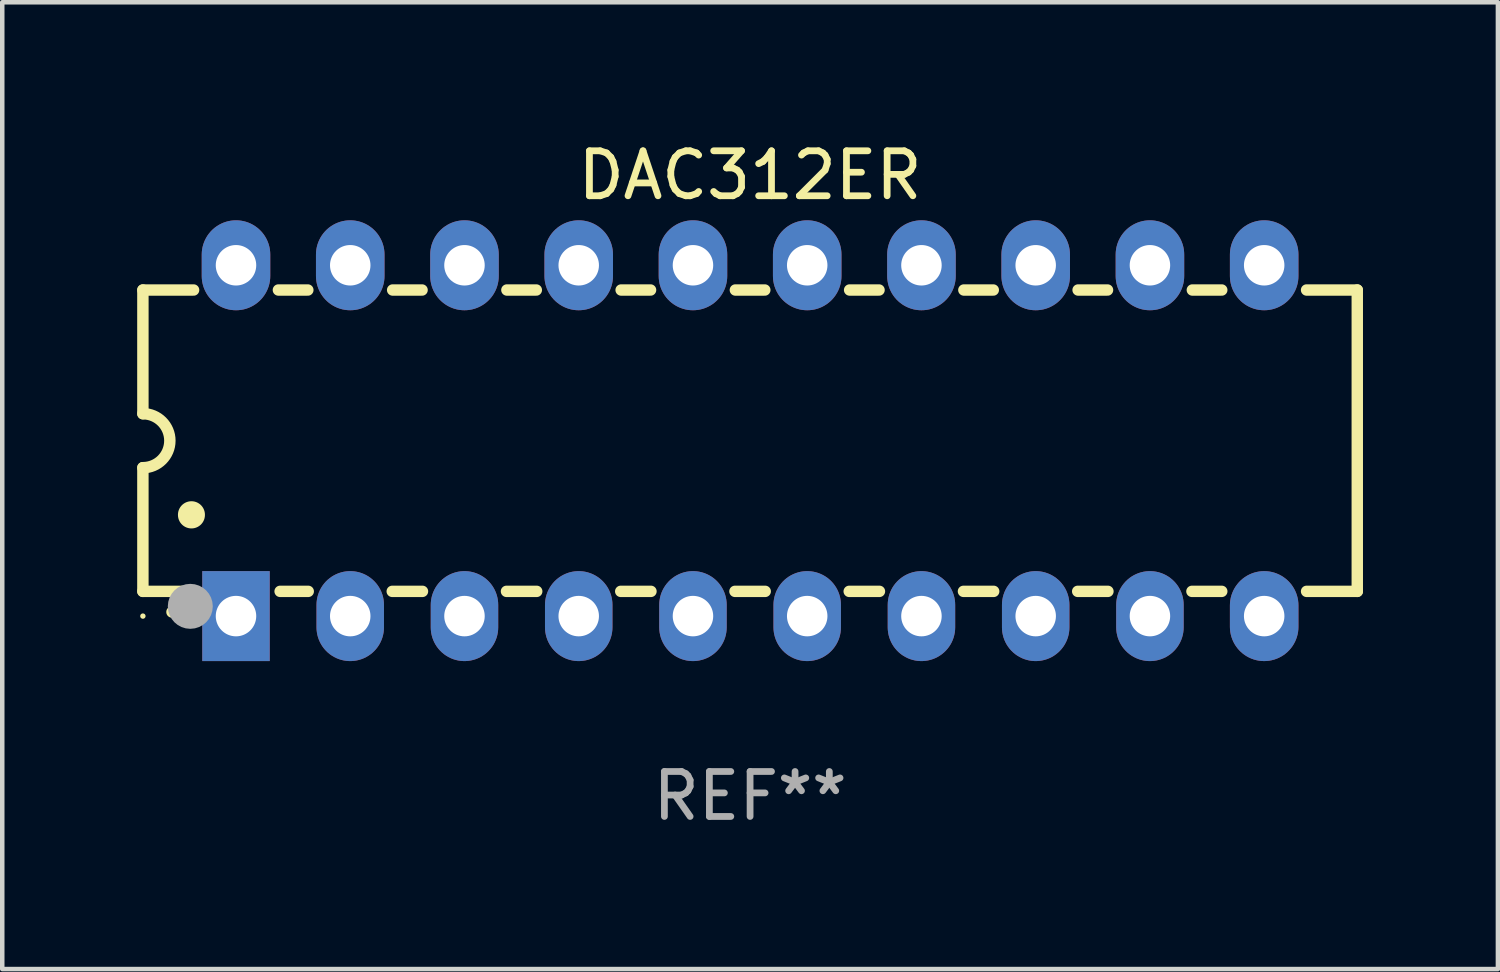
<source format=kicad_pcb>
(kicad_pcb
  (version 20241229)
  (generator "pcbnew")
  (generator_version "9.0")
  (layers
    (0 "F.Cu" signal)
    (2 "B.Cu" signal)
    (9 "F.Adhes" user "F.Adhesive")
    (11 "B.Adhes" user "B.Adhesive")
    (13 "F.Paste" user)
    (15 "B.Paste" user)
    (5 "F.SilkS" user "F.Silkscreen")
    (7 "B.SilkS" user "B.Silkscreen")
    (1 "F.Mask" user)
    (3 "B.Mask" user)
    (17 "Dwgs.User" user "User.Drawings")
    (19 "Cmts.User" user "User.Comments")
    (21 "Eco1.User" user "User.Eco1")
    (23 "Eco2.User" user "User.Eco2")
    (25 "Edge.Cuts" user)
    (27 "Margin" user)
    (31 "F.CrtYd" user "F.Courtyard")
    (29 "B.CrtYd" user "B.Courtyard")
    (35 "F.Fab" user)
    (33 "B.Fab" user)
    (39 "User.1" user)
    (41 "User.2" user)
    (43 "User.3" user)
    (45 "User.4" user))
  (footprint "DAC312ER"
    (layer "F.Cu")
    (at 13.627 6.748)
    (property "Reference" "DAC312ER" (at 0 -5.9 0) (layer "F.SilkS") (effects (font (size 1 1) (thickness 0.15))))
    (attr through_hole)
    (fp_line (start -13.5 -3.35) (end -12.373 -3.35) (stroke (width 0.254) (type solid)) (layer "F.SilkS"))
    (fp_line (start -13.5 -0.6) (end -13.5 -3.35) (stroke (width 0.254) (type solid)) (layer "F.SilkS"))
    (fp_line (start -13.5 3.35) (end -13.5 0.6) (stroke (width 0.254) (type solid)) (layer "F.SilkS"))
    (fp_line (start -13.5 3.35) (end -12.411 3.35) (stroke (width 0.254) (type solid)) (layer "F.SilkS"))
    (fp_line (start -10.487 -3.35) (end -9.833 -3.35) (stroke (width 0.254) (type solid)) (layer "F.SilkS"))
    (fp_line (start -10.449 3.35) (end -9.824 3.35) (stroke (width 0.254) (type solid)) (layer "F.SilkS"))
    (fp_line (start -7.956 3.35) (end -7.284 3.35) (stroke (width 0.254) (type solid)) (layer "F.SilkS"))
    (fp_line (start -7.947 -3.35) (end -7.293 -3.35) (stroke (width 0.254) (type solid)) (layer "F.SilkS"))
    (fp_line (start -5.416 3.35) (end -4.744 3.35) (stroke (width 0.254) (type solid)) (layer "F.SilkS"))
    (fp_line (start -5.407 -3.35) (end -4.753 -3.35) (stroke (width 0.254) (type solid)) (layer "F.SilkS"))
    (fp_line (start -2.876 3.35) (end -2.204 3.35) (stroke (width 0.254) (type solid)) (layer "F.SilkS"))
    (fp_line (start -2.867 -3.35) (end -2.213 -3.35) (stroke (width 0.254) (type solid)) (layer "F.SilkS"))
    (fp_line (start -0.336 3.35) (end 0.336 3.35) (stroke (width 0.254) (type solid)) (layer "F.SilkS"))
    (fp_line (start -0.327 -3.35) (end 0.327 -3.35) (stroke (width 0.254) (type solid)) (layer "F.SilkS"))
    (fp_line (start 2.204 3.35) (end 2.876 3.35) (stroke (width 0.254) (type solid)) (layer "F.SilkS"))
    (fp_line (start 2.213 -3.35) (end 2.867 -3.35) (stroke (width 0.254) (type solid)) (layer "F.SilkS"))
    (fp_line (start 4.744 3.35) (end 5.416 3.35) (stroke (width 0.254) (type solid)) (layer "F.SilkS"))
    (fp_line (start 4.753 -3.35) (end 5.407 -3.35) (stroke (width 0.254) (type solid)) (layer "F.SilkS"))
    (fp_line (start 7.284 3.35) (end 7.956 3.35) (stroke (width 0.254) (type solid)) (layer "F.SilkS"))
    (fp_line (start 7.293 -3.35) (end 7.947 -3.35) (stroke (width 0.254) (type solid)) (layer "F.SilkS"))
    (fp_line (start 9.824 3.35) (end 10.487 3.35) (stroke (width 0.254) (type solid)) (layer "F.SilkS"))
    (fp_line (start 9.833 -3.35) (end 10.487 -3.35) (stroke (width 0.254) (type solid)) (layer "F.SilkS"))
    (fp_line (start 12.373 -3.35) (end 13.5 -3.35) (stroke (width 0.254) (type solid)) (layer "F.SilkS"))
    (fp_line (start 12.373 3.35) (end 13.5 3.35) (stroke (width 0.254) (type solid)) (layer "F.SilkS"))
    (fp_line (start 13.5 -3.35) (end 13.5 3.35) (stroke (width 0.254) (type solid)) (layer "F.SilkS"))
    (fp_arc (start -13.500127 -0.599442) (mid -12.900406 0.000228) (end -13.500025 0.6) (stroke (width 0.254001) (type solid)) (layer "F.SilkS"))
    (fp_arc (start -12.854966 3.810008) (mid -12.854973 3.808738) (end -12.854966 3.807468) (stroke (width 0.25) (type solid)) (layer "F.SilkS"))
    (fp_arc (start -12.420625 1.651003) (mid -12.420636 1.648463) (end -12.420625 1.645923) (stroke (width 0.6) (type solid)) (layer "F.SilkS"))
    (fp_circle (center -13.5 3.9) (end -13.47 3.9) (stroke (width 0.06) (type solid)) (fill no) (layer "F.SilkS"))
    (fp_circle (center -12.446 3.683) (end -12.196 3.683) (stroke (width 0.5) (type solid)) (fill no) (layer "F.Fab"))
    (fp_text user "REF**" (at 0 7.9 0) (layer "F.Fab") (effects (font (size 1 1) (thickness 0.15))))
    (pad "1" thru_hole rect (at -11.43 3.9 90) (size 2 1.5) (drill 0.9) (layers "*.Cu" "*.Mask"))
    (pad "2" thru_hole oval (at -8.89 3.9 90) (size 2 1.5) (drill 0.9) (layers "*.Cu" "*.Mask"))
    (pad "3" thru_hole oval (at -6.35 3.9 90) (size 2 1.5) (drill 0.9) (layers "*.Cu" "*.Mask"))
    (pad "4" thru_hole oval (at -3.81 3.9 90) (size 2 1.5) (drill 0.9) (layers "*.Cu" "*.Mask"))
    (pad "5" thru_hole oval (at -1.27 3.9 90) (size 2 1.5) (drill 0.9) (layers "*.Cu" "*.Mask"))
    (pad "6" thru_hole oval (at 1.27 3.9 90) (size 2 1.5) (drill 0.9) (layers "*.Cu" "*.Mask"))
    (pad "7" thru_hole oval (at 3.81 3.9 90) (size 2 1.5) (drill 0.9) (layers "*.Cu" "*.Mask"))
    (pad "8" thru_hole oval (at 6.35 3.9 90) (size 2 1.5) (drill 0.9) (layers "*.Cu" "*.Mask"))
    (pad "9" thru_hole oval (at 8.89 3.9 90) (size 2 1.5) (drill 0.9) (layers "*.Cu" "*.Mask"))
    (pad "10" thru_hole oval (at 11.43 3.9 90) (size 2 1.524) (drill 0.9) (layers "*.Cu" "*.Mask"))
    (pad "11" thru_hole oval (at 11.43 -3.9 90) (size 2 1.524) (drill 0.9) (layers "*.Cu" "*.Mask"))
    (pad "12" thru_hole oval (at 8.89 -3.9 90) (size 2 1.524) (drill 0.9) (layers "*.Cu" "*.Mask"))
    (pad "13" thru_hole oval (at 6.35 -3.9 90) (size 2 1.524) (drill 0.9) (layers "*.Cu" "*.Mask"))
    (pad "14" thru_hole oval (at 3.81 -3.9 90) (size 2 1.524) (drill 0.9) (layers "*.Cu" "*.Mask"))
    (pad "15" thru_hole oval (at 1.27 -3.9 90) (size 2 1.524) (drill 0.9) (layers "*.Cu" "*.Mask"))
    (pad "16" thru_hole oval (at -1.27 -3.9 90) (size 2 1.524) (drill 0.9) (layers "*.Cu" "*.Mask"))
    (pad "17" thru_hole oval (at -3.81 -3.9 90) (size 2 1.524) (drill 0.9) (layers "*.Cu" "*.Mask"))
    (pad "18" thru_hole oval (at -6.35 -3.9 90) (size 2 1.524) (drill 0.9) (layers "*.Cu" "*.Mask"))
    (pad "19" thru_hole oval (at -8.89 -3.9 90) (size 2 1.524) (drill 0.9) (layers "*.Cu" "*.Mask"))
    (pad "20" thru_hole oval (at -11.43 -3.9 90) (size 2 1.524) (drill 0.9) (layers "*.Cu" "*.Mask")))
  (gr_rect
    (start -3 -3)
    (end 30.254 18.496)
    (stroke (width 0.1) (type default))
    (fill no)
    (layer "Edge.Cuts")))
</source>
